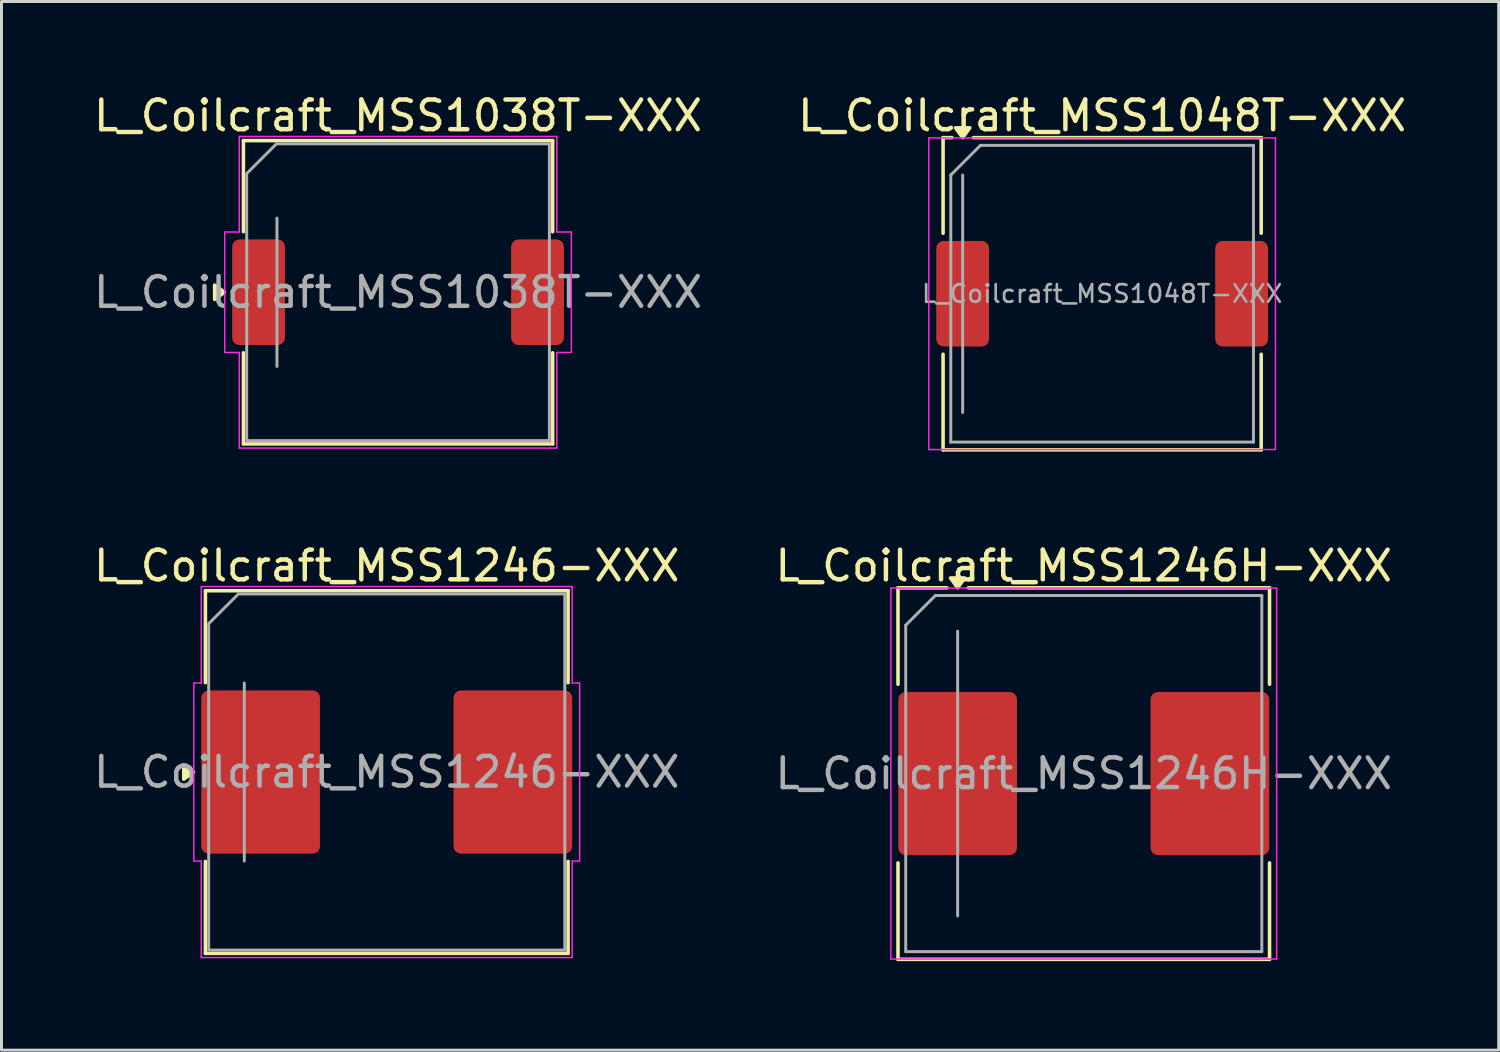
<source format=kicad_pcb>
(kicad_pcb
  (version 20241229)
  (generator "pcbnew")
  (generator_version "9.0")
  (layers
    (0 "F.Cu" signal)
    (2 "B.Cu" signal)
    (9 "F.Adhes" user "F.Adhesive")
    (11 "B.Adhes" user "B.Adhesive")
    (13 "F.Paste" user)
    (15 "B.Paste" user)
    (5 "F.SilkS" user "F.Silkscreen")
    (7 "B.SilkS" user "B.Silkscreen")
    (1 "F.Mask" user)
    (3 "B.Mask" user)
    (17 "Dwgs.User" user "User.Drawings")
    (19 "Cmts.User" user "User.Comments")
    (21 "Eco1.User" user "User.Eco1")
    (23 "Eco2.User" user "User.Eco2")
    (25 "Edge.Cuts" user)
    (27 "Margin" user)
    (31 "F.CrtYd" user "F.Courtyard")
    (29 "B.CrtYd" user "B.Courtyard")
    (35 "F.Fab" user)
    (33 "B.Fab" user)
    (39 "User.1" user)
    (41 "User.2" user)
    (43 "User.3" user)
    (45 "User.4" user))
  (footprint "L_Coilcraft_MSS1048T-XXX"
    (layer "F.Cu")
    (at 34.089 6.848)
    (property "Reference" "L_Coilcraft_MSS1048T-XXX" (at 0 -6 0) (layer "F.SilkS") (effects (font (size 1 1) (thickness 0.15))))
    (attr smd)
    (fp_line (start -5.36 -5.26) (end -5.36 -2.04) (stroke (width 0.12) (type solid)) (layer "F.SilkS"))
    (fp_line (start -5.36 -5.26) (end -5.06 -5.26) (stroke (width 0.12) (type solid)) (layer "F.SilkS"))
    (fp_line (start -5.36 5.26) (end -5.36 2.04) (stroke (width 0.12) (type solid)) (layer "F.SilkS"))
    (fp_line (start -5.36 5.26) (end 5.36 5.26) (stroke (width 0.12) (type solid)) (layer "F.SilkS"))
    (fp_line (start -4.34 -5.26) (end 5.36 -5.26) (stroke (width 0.12) (type solid)) (layer "F.SilkS"))
    (fp_line (start 5.36 -5.26) (end 5.36 -2.04) (stroke (width 0.12) (type solid)) (layer "F.SilkS"))
    (fp_line (start 5.36 5.26) (end 5.36 2.04) (stroke (width 0.12) (type solid)) (layer "F.SilkS"))
    (fp_poly (pts (xy -4.7 -5.26) (xy -4.94 -5.59) (xy -4.46 -5.59) (xy -4.7 -5.26)) (stroke (width 0.12) (type solid)) (fill yes) (layer "F.SilkS"))
    (fp_line (start -5.84 -5.25) (end -5.84 5.25) (stroke (width 0.05) (type solid)) (layer "F.CrtYd"))
    (fp_line (start -5.84 5.25) (end 5.84 5.25) (stroke (width 0.05) (type solid)) (layer "F.CrtYd"))
    (fp_line (start 5.84 -5.25) (end -5.84 -5.25) (stroke (width 0.05) (type solid)) (layer "F.CrtYd"))
    (fp_line (start 5.84 5.25) (end 5.84 -5.25) (stroke (width 0.05) (type solid)) (layer "F.CrtYd"))
    (fp_line (start -5.1 -4) (end -4.1 -5) (stroke (width 0.1) (type solid)) (layer "F.Fab"))
    (fp_line (start -5.1 5) (end -5.1 -4) (stroke (width 0.1) (type solid)) (layer "F.Fab"))
    (fp_line (start -4.7 4) (end -4.7 -4) (stroke (width 0.1) (type solid)) (layer "F.Fab"))
    (fp_line (start -4.1 -5) (end 5.1 -5) (stroke (width 0.1) (type solid)) (layer "F.Fab"))
    (fp_line (start 5.1 -5) (end 5.1 5) (stroke (width 0.1) (type solid)) (layer "F.Fab"))
    (fp_line (start 5.1 5) (end -5.1 5) (stroke (width 0.1) (type solid)) (layer "F.Fab"))
    (fp_text user "${REFERENCE}" (at 0 0 0) (layer "F.Fab") (effects (font (size 0.593 0.593) (thickness 0.089))))
    (pad "1" smd roundrect (at -4.7 0) (size 1.78 3.56) (layers "F.Cu" "F.Mask" "F.Paste") (roundrect_rratio 0.14))
    (pad "2" smd roundrect (at 4.7 0) (size 1.78 3.56) (layers "F.Cu" "F.Mask" "F.Paste") (roundrect_rratio 0.14)))
  (footprint "L_Coilcraft_MSS1246-XXX"
    (layer "F.Cu")
    (at 9.982 22.966)
    (property "Reference" "L_Coilcraft_MSS1246-XXX" (at 0 -6.95 0) (layer "F.SilkS") (effects (font (size 1 1) (thickness 0.15))))
    (attr smd)
    (fp_line (start -6.11 -6.11) (end 6.11 -6.11) (stroke (width 0.12) (type solid)) (layer "F.SilkS"))
    (fp_line (start -6.11 -3.01) (end -6.11 -6.11) (stroke (width 0.12) (type solid)) (layer "F.SilkS"))
    (fp_line (start -6.11 6.11) (end -6.11 3.01) (stroke (width 0.12) (type solid)) (layer "F.SilkS"))
    (fp_line (start 6.11 -6.11) (end 6.11 -3.01) (stroke (width 0.12) (type solid)) (layer "F.SilkS"))
    (fp_line (start 6.11 3.01) (end 6.11 6.11) (stroke (width 0.12) (type solid)) (layer "F.SilkS"))
    (fp_line (start 6.11 6.11) (end -6.11 6.11) (stroke (width 0.12) (type solid)) (layer "F.SilkS"))
    (fp_poly (pts (xy -6.51 0) (xy -6.84 0.24) (xy -6.84 -0.24)) (stroke (width 0.12) (type solid)) (fill yes) (layer "F.SilkS"))
    (fp_line (start -6.5 -3) (end -6.25 -3) (stroke (width 0.05) (type solid)) (layer "F.CrtYd"))
    (fp_line (start -6.5 3) (end -6.5 -3) (stroke (width 0.05) (type solid)) (layer "F.CrtYd"))
    (fp_line (start -6.25 -6.25) (end 6.25 -6.25) (stroke (width 0.05) (type solid)) (layer "F.CrtYd"))
    (fp_line (start -6.25 -3) (end -6.25 -6.25) (stroke (width 0.05) (type solid)) (layer "F.CrtYd"))
    (fp_line (start -6.25 3) (end -6.5 3) (stroke (width 0.05) (type solid)) (layer "F.CrtYd"))
    (fp_line (start -6.25 6.25) (end -6.25 3) (stroke (width 0.05) (type solid)) (layer "F.CrtYd"))
    (fp_line (start 6.25 -6.25) (end 6.25 -3) (stroke (width 0.05) (type solid)) (layer "F.CrtYd"))
    (fp_line (start 6.25 -3) (end 6.5 -3) (stroke (width 0.05) (type solid)) (layer "F.CrtYd"))
    (fp_line (start 6.25 3) (end 6.25 6.25) (stroke (width 0.05) (type solid)) (layer "F.CrtYd"))
    (fp_line (start 6.25 6.25) (end -6.25 6.25) (stroke (width 0.05) (type solid)) (layer "F.CrtYd"))
    (fp_line (start 6.5 -3) (end 6.5 3) (stroke (width 0.05) (type solid)) (layer "F.CrtYd"))
    (fp_line (start 6.5 3) (end 6.25 3) (stroke (width 0.05) (type solid)) (layer "F.CrtYd"))
    (fp_line (start -4.8 3) (end -4.8 -3) (stroke (width 0.1) (type solid)) (layer "F.Fab"))
    (fp_poly (pts (xy -6 -5) (xy -6 6) (xy 6 6) (xy 6 -6) (xy -5 -6)) (stroke (width 0.1) (type solid)) (fill no) (layer "F.Fab"))
    (fp_text user "${REFERENCE}" (at 0 0 0) (layer "F.Fab") (effects (font (size 1 1) (thickness 0.15))))
    (pad "1" smd roundrect (at -4.25 0) (size 4 5.5) (layers "F.Cu" "F.Mask" "F.Paste") (roundrect_rratio 0.062))
    (pad "2" smd roundrect (at 4.25 0) (size 4 5.5) (layers "F.Cu" "F.Mask" "F.Paste") (roundrect_rratio 0.062)))
  (footprint "L_Coilcraft_MSS1038T-XXX"
    (layer "F.Cu")
    (at 10.363 6.798)
    (property "Reference" "L_Coilcraft_MSS1038T-XXX" (at 0 -5.95 0) (layer "F.SilkS") (effects (font (size 1 1) (thickness 0.15))))
    (attr smd)
    (fp_line (start -5.21 -5.11) (end 5.21 -5.11) (stroke (width 0.12) (type solid)) (layer "F.SilkS"))
    (fp_line (start -5.21 -2.04) (end -5.21 -5.11) (stroke (width 0.12) (type solid)) (layer "F.SilkS"))
    (fp_line (start -5.21 5.11) (end -5.21 2.04) (stroke (width 0.12) (type solid)) (layer "F.SilkS"))
    (fp_line (start 5.21 -5.11) (end 5.21 -2.04) (stroke (width 0.12) (type solid)) (layer "F.SilkS"))
    (fp_line (start 5.21 2.04) (end 5.21 5.11) (stroke (width 0.12) (type solid)) (layer "F.SilkS"))
    (fp_line (start 5.21 5.11) (end -5.21 5.11) (stroke (width 0.12) (type solid)) (layer "F.SilkS"))
    (fp_poly (pts (xy -5.85 0) (xy -6.18 0.24) (xy -6.18 -0.24)) (stroke (width 0.12) (type solid)) (fill yes) (layer "F.SilkS"))
    (fp_line (start -5.84 -2.03) (end -5.35 -2.03) (stroke (width 0.05) (type solid)) (layer "F.CrtYd"))
    (fp_line (start -5.84 2.03) (end -5.84 -2.03) (stroke (width 0.05) (type solid)) (layer "F.CrtYd"))
    (fp_line (start -5.35 -5.25) (end 5.35 -5.25) (stroke (width 0.05) (type solid)) (layer "F.CrtYd"))
    (fp_line (start -5.35 -2.03) (end -5.35 -5.25) (stroke (width 0.05) (type solid)) (layer "F.CrtYd"))
    (fp_line (start -5.35 2.03) (end -5.84 2.03) (stroke (width 0.05) (type solid)) (layer "F.CrtYd"))
    (fp_line (start -5.35 5.25) (end -5.35 2.03) (stroke (width 0.05) (type solid)) (layer "F.CrtYd"))
    (fp_line (start 5.35 -5.25) (end 5.35 -2.03) (stroke (width 0.05) (type solid)) (layer "F.CrtYd"))
    (fp_line (start 5.35 -2.03) (end 5.84 -2.03) (stroke (width 0.05) (type solid)) (layer "F.CrtYd"))
    (fp_line (start 5.35 2.03) (end 5.35 5.25) (stroke (width 0.05) (type solid)) (layer "F.CrtYd"))
    (fp_line (start 5.35 5.25) (end -5.35 5.25) (stroke (width 0.05) (type solid)) (layer "F.CrtYd"))
    (fp_line (start 5.84 -2.03) (end 5.84 2.03) (stroke (width 0.05) (type solid)) (layer "F.CrtYd"))
    (fp_line (start 5.84 2.03) (end 5.35 2.03) (stroke (width 0.05) (type solid)) (layer "F.CrtYd"))
    (fp_line (start -4.08 2.5) (end -4.08 -2.5) (stroke (width 0.1) (type solid)) (layer "F.Fab"))
    (fp_poly (pts (xy -5.1 -4) (xy -5.1 5) (xy 5.1 5) (xy 5.1 -5) (xy -4.1 -5)) (stroke (width 0.1) (type solid)) (fill no) (layer "F.Fab"))
    (fp_text user "${REFERENCE}" (at 0 0 0) (layer "F.Fab") (effects (font (size 1 1) (thickness 0.15))))
    (pad "1" smd roundrect (at -4.7 0) (size 1.78 3.56) (layers "F.Cu" "F.Mask" "F.Paste") (roundrect_rratio 0.14))
    (pad "2" smd roundrect (at 4.7 0) (size 1.78 3.56) (layers "F.Cu" "F.Mask" "F.Paste") (roundrect_rratio 0.14)))
  (footprint "L_Coilcraft_MSS1246H-XXX"
    (layer "F.Cu")
    (at 33.47 23.017)
    (property "Reference" "L_Coilcraft_MSS1246H-XXX" (at 0 -7 0) (layer "F.SilkS") (effects (font (size 1 1) (thickness 0.15))))
    (attr smd)
    (fp_line (start -6.26 -6.26) (end -6.26 -3.01) (stroke (width 0.12) (type solid)) (layer "F.SilkS"))
    (fp_line (start -6.26 -6.26) (end -4.61 -6.26) (stroke (width 0.12) (type solid)) (layer "F.SilkS"))
    (fp_line (start -6.26 6.26) (end -6.26 3.01) (stroke (width 0.12) (type solid)) (layer "F.SilkS"))
    (fp_line (start -6.26 6.26) (end 6.26 6.26) (stroke (width 0.12) (type solid)) (layer "F.SilkS"))
    (fp_line (start -3.89 -6.26) (end 6.26 -6.26) (stroke (width 0.12) (type solid)) (layer "F.SilkS"))
    (fp_line (start 6.26 -6.26) (end 6.26 -3.01) (stroke (width 0.12) (type solid)) (layer "F.SilkS"))
    (fp_line (start 6.26 6.26) (end 6.26 3.01) (stroke (width 0.12) (type solid)) (layer "F.SilkS"))
    (fp_poly (pts (xy -4.25 -6.26) (xy -4.49 -6.59) (xy -4.01 -6.59) (xy -4.25 -6.26)) (stroke (width 0.12) (type solid)) (fill yes) (layer "F.SilkS"))
    (fp_line (start -6.5 -6.25) (end -6.5 6.25) (stroke (width 0.05) (type solid)) (layer "F.CrtYd"))
    (fp_line (start -6.5 6.25) (end 6.5 6.25) (stroke (width 0.05) (type solid)) (layer "F.CrtYd"))
    (fp_line (start 6.5 -6.25) (end -6.5 -6.25) (stroke (width 0.05) (type solid)) (layer "F.CrtYd"))
    (fp_line (start 6.5 6.25) (end 6.5 -6.25) (stroke (width 0.05) (type solid)) (layer "F.CrtYd"))
    (fp_line (start -6 -5) (end -5 -6) (stroke (width 0.1) (type solid)) (layer "F.Fab"))
    (fp_line (start -6 6) (end -6 -5) (stroke (width 0.1) (type solid)) (layer "F.Fab"))
    (fp_line (start -5 -6) (end 6 -6) (stroke (width 0.1) (type solid)) (layer "F.Fab"))
    (fp_line (start -4.25 4.8) (end -4.25 -4.8) (stroke (width 0.1) (type solid)) (layer "F.Fab"))
    (fp_line (start 6 -6) (end 6 6) (stroke (width 0.1) (type solid)) (layer "F.Fab"))
    (fp_line (start 6 6) (end -6 6) (stroke (width 0.1) (type solid)) (layer "F.Fab"))
    (fp_text user "${REFERENCE}" (at 0 0 0) (layer "F.Fab") (effects (font (size 1 1) (thickness 0.15))))
    (pad "1" smd roundrect (at -4.25 0) (size 4 5.5) (layers "F.Cu" "F.Mask" "F.Paste") (roundrect_rratio 0.062))
    (pad "2" smd roundrect (at 4.25 0) (size 4 5.5) (layers "F.Cu" "F.Mask" "F.Paste") (roundrect_rratio 0.062)))
  (gr_rect
    (start -3 -3)
    (end 47.452 32.337)
    (stroke (width 0.1) (type default))
    (fill no)
    (layer "Edge.Cuts")))
</source>
